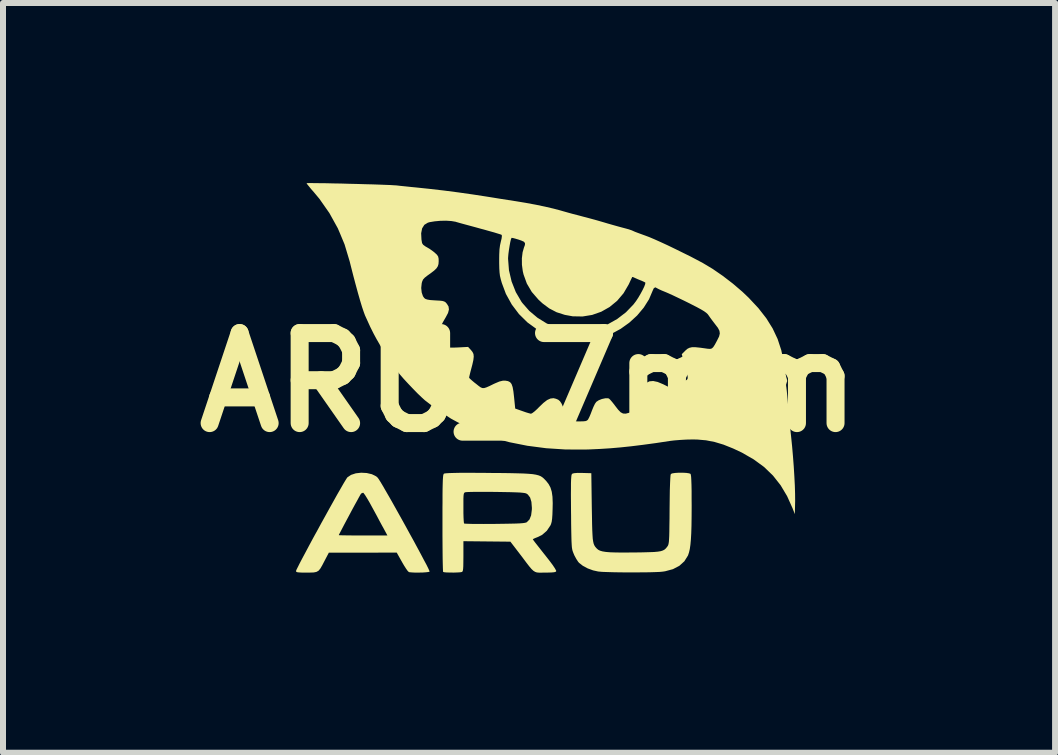
<source format=kicad_pcb>
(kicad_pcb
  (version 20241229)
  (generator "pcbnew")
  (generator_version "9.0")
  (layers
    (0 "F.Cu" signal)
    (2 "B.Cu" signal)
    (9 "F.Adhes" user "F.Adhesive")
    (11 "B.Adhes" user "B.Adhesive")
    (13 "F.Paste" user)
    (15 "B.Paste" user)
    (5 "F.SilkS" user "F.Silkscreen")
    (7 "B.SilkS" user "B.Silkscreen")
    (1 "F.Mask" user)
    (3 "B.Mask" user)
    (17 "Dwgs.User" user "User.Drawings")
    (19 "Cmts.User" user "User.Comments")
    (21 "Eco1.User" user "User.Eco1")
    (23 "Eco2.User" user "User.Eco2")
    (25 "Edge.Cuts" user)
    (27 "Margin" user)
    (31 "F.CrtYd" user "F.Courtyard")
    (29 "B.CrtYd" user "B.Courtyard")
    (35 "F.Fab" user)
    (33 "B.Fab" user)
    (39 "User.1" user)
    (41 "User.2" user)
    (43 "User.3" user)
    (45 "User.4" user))
  (footprint "ARU_7mm"
    (layer "F.Cu")
    (at 5.764 3.321)
    (property "Reference" "ARU_7mm" (at 0 0 0) (layer "F.SilkS") (effects (font (size 1.5 1.5) (thickness 0.3))))
    (attr board_only exclude_from_pos_files exclude_from_bom)
    (fp_poly (pts (xy -2.704 1.51) (xy -2.618 1.53) (xy -2.547 1.565) (xy -2.522 1.587) (xy -2.506 1.609) (xy -2.476 1.656) (xy -2.436 1.723) (xy -2.387 1.808) (xy -2.329 1.908) (xy -2.266 2.019) (xy -2.199 2.139) (xy -2.129 2.264) (xy -2.058 2.392) (xy -1.988 2.52) (xy -1.92 2.643) (xy -1.857 2.76) (xy -1.799 2.868) (xy -1.749 2.963) (xy -1.707 3.041) (xy -1.677 3.102) (xy -1.66 3.14) (xy -1.656 3.153) (xy -1.675 3.159) (xy -1.717 3.164) (xy -1.775 3.168) (xy -1.839 3.169) (xy -1.903 3.169) (xy -1.958 3.166) (xy -1.996 3.162) (xy -2.003 3.159) (xy -2.021 3.142) (xy -2.049 3.103) (xy -2.084 3.048) (xy -2.116 2.993) (xy -2.204 2.836) (xy -2.77 2.837) (xy -3.335 2.837) (xy -3.407 2.974) (xy -3.447 3.051) (xy -3.479 3.105) (xy -3.508 3.139) (xy -3.543 3.158) (xy -3.588 3.167) (xy -3.652 3.169) (xy -3.708 3.169) (xy -3.785 3.169) (xy -3.836 3.166) (xy -3.865 3.162) (xy -3.879 3.154) (xy -3.882 3.143) (xy -3.875 3.123) (xy -3.853 3.079) (xy -3.82 3.013) (xy -3.776 2.929) (xy -3.723 2.83) (xy -3.664 2.719) (xy -3.599 2.598) (xy -3.57 2.545) (xy -3.169 2.545) (xy -3.154 2.547) (xy -3.111 2.548) (xy -3.045 2.549) (xy -2.96 2.55) (xy -2.86 2.551) (xy -2.764 2.551) (xy -2.359 2.551) (xy -2.421 2.436) (xy -2.451 2.382) (xy -2.491 2.308) (xy -2.537 2.221) (xy -2.586 2.131) (xy -2.614 2.08) (xy -2.657 2.001) (xy -2.697 1.933) (xy -2.73 1.88) (xy -2.754 1.847) (xy -2.764 1.838) (xy -2.792 1.849) (xy -2.801 1.858) (xy -2.812 1.876) (xy -2.835 1.917) (xy -2.867 1.976) (xy -2.907 2.048) (xy -2.951 2.129) (xy -2.996 2.214) (xy -3.041 2.298) (xy -3.083 2.377) (xy -3.119 2.446) (xy -3.147 2.5) (xy -3.165 2.534) (xy -3.169 2.545) (xy -3.57 2.545) (xy -3.53 2.473) (xy -3.46 2.344) (xy -3.389 2.216) (xy -3.32 2.091) (xy -3.254 1.973) (xy -3.194 1.865) (xy -3.139 1.77) (xy -3.094 1.691) (xy -3.058 1.631) (xy -3.034 1.593) (xy -3.026 1.582) (xy -2.965 1.541) (xy -2.886 1.515) (xy -2.796 1.505)) (stroke (width 0) (type solid)) (fill yes) (layer "F.SilkS"))
    (fp_poly (pts (xy 2.619 1.508) (xy 2.666 1.515) (xy 2.691 1.524) (xy 2.696 1.539) (xy 2.701 1.574) (xy 2.704 1.629) (xy 2.707 1.708) (xy 2.709 1.813) (xy 2.709 1.946) (xy 2.71 2.052) (xy 2.709 2.234) (xy 2.707 2.387) (xy 2.703 2.515) (xy 2.697 2.62) (xy 2.689 2.706) (xy 2.679 2.776) (xy 2.666 2.832) (xy 2.651 2.878) (xy 2.647 2.887) (xy 2.588 2.981) (xy 2.505 3.056) (xy 2.398 3.112) (xy 2.268 3.147) (xy 2.228 3.153) (xy 2.176 3.158) (xy 2.098 3.161) (xy 2 3.164) (xy 1.887 3.165) (xy 1.765 3.166) (xy 1.64 3.166) (xy 1.517 3.165) (xy 1.402 3.163) (xy 1.301 3.16) (xy 1.219 3.157) (xy 1.163 3.152) (xy 1.157 3.152) (xy 1.067 3.132) (xy 0.977 3.099) (xy 0.897 3.056) (xy 0.835 3.008) (xy 0.818 2.988) (xy 0.788 2.942) (xy 0.756 2.883) (xy 0.742 2.85) (xy 0.733 2.827) (xy 0.725 2.804) (xy 0.719 2.778) (xy 0.714 2.745) (xy 0.711 2.702) (xy 0.708 2.646) (xy 0.706 2.572) (xy 0.704 2.478) (xy 0.702 2.361) (xy 0.701 2.216) (xy 0.7 2.154) (xy 0.699 1.996) (xy 0.698 1.866) (xy 0.699 1.763) (xy 0.699 1.683) (xy 0.701 1.622) (xy 0.704 1.579) (xy 0.707 1.55) (xy 0.712 1.533) (xy 0.718 1.524) (xy 0.718 1.523) (xy 0.749 1.513) (xy 0.81 1.508) (xy 0.89 1.509) (xy 1.038 1.513) (xy 1.046 2.084) (xy 1.049 2.238) (xy 1.051 2.364) (xy 1.054 2.465) (xy 1.058 2.544) (xy 1.062 2.606) (xy 1.069 2.652) (xy 1.077 2.687) (xy 1.088 2.714) (xy 1.101 2.736) (xy 1.118 2.756) (xy 1.129 2.768) (xy 1.152 2.788) (xy 1.183 2.804) (xy 1.225 2.816) (xy 1.281 2.825) (xy 1.355 2.831) (xy 1.451 2.834) (xy 1.57 2.835) (xy 1.718 2.834) (xy 1.751 2.834) (xy 1.888 2.832) (xy 1.998 2.829) (xy 2.083 2.826) (xy 2.148 2.82) (xy 2.196 2.812) (xy 2.232 2.8) (xy 2.259 2.785) (xy 2.281 2.765) (xy 2.301 2.74) (xy 2.304 2.736) (xy 2.313 2.723) (xy 2.32 2.708) (xy 2.325 2.688) (xy 2.33 2.659) (xy 2.333 2.619) (xy 2.336 2.563) (xy 2.338 2.489) (xy 2.339 2.392) (xy 2.341 2.271) (xy 2.342 2.122) (xy 2.342 2.119) (xy 2.344 1.944) (xy 2.346 1.799) (xy 2.35 1.684) (xy 2.354 1.6) (xy 2.358 1.547) (xy 2.364 1.526) (xy 2.388 1.516) (xy 2.434 1.509) (xy 2.494 1.505) (xy 2.559 1.505)) (stroke (width 0) (type solid)) (fill yes) (layer "F.SilkS"))
    (fp_poly (pts (xy -0.898 1.507) (xy -0.724 1.508) (xy -0.67 1.509) (xy -0.486 1.51) (xy -0.33 1.512) (xy -0.2 1.515) (xy -0.094 1.518) (xy -0.007 1.523) (xy 0.062 1.529) (xy 0.116 1.538) (xy 0.159 1.549) (xy 0.194 1.563) (xy 0.222 1.581) (xy 0.247 1.602) (xy 0.272 1.628) (xy 0.285 1.641) (xy 0.327 1.695) (xy 0.358 1.753) (xy 0.379 1.822) (xy 0.391 1.906) (xy 0.395 2.012) (xy 0.393 2.105) (xy 0.39 2.2) (xy 0.385 2.27) (xy 0.378 2.321) (xy 0.367 2.36) (xy 0.357 2.383) (xy 0.297 2.472) (xy 0.218 2.541) (xy 0.143 2.578) (xy 0.099 2.595) (xy 0.07 2.609) (xy 0.063 2.614) (xy 0.073 2.629) (xy 0.099 2.664) (xy 0.14 2.716) (xy 0.191 2.781) (xy 0.25 2.856) (xy 0.263 2.872) (xy 0.336 2.965) (xy 0.393 3.041) (xy 0.431 3.098) (xy 0.451 3.134) (xy 0.454 3.145) (xy 0.444 3.156) (xy 0.419 3.163) (xy 0.376 3.167) (xy 0.309 3.169) (xy 0.268 3.169) (xy 0.211 3.17) (xy 0.167 3.17) (xy 0.132 3.167) (xy 0.102 3.157) (xy 0.073 3.139) (xy 0.041 3.109) (xy 0.003 3.064) (xy -0.045 3.002) (xy -0.107 2.919) (xy -0.146 2.868) (xy -0.31 2.654) (xy -0.702 2.65) (xy -1.093 2.646) (xy -1.093 2.898) (xy -1.094 2.994) (xy -1.095 3.063) (xy -1.098 3.11) (xy -1.103 3.139) (xy -1.111 3.154) (xy -1.118 3.159) (xy -1.146 3.164) (xy -1.194 3.167) (xy -1.254 3.169) (xy -1.316 3.168) (xy -1.372 3.167) (xy -1.414 3.163) (xy -1.431 3.158) (xy -1.433 3.141) (xy -1.435 3.095) (xy -1.437 3.023) (xy -1.439 2.929) (xy -1.44 2.815) (xy -1.441 2.685) (xy -1.442 2.541) (xy -1.442 2.386) (xy -1.442 2.344) (xy -1.442 2.161) (xy -1.442 2.089) (xy -1.093 2.089) (xy -1.093 2.175) (xy -1.091 2.25) (xy -1.088 2.308) (xy -1.084 2.343) (xy -1.082 2.351) (xy -1.064 2.354) (xy -1.018 2.356) (xy -0.948 2.358) (xy -0.858 2.358) (xy -0.753 2.359) (xy -0.634 2.358) (xy -0.571 2.358) (xy -0.427 2.356) (xy -0.311 2.354) (xy -0.221 2.352) (xy -0.152 2.349) (xy -0.102 2.345) (xy -0.068 2.34) (xy -0.046 2.334) (xy -0.036 2.329) (xy 0.008 2.284) (xy 0.035 2.216) (xy 0.047 2.122) (xy 0.048 2.092) (xy 0.04 1.991) (xy 0.018 1.918) (xy -0.02 1.868) (xy -0.044 1.852) (xy -0.065 1.845) (xy -0.1 1.84) (xy -0.151 1.835) (xy -0.223 1.832) (xy -0.319 1.829) (xy -0.44 1.827) (xy -0.554 1.825) (xy -0.674 1.824) (xy -0.785 1.824) (xy -0.883 1.824) (xy -0.963 1.825) (xy -1.022 1.827) (xy -1.054 1.829) (xy -1.057 1.83) (xy -1.071 1.834) (xy -1.08 1.842) (xy -1.087 1.859) (xy -1.091 1.89) (xy -1.093 1.938) (xy -1.093 2.01) (xy -1.093 2.089) (xy -1.442 2.089) (xy -1.441 2.006) (xy -1.441 1.878) (xy -1.44 1.774) (xy -1.438 1.693) (xy -1.436 1.63) (xy -1.433 1.584) (xy -1.43 1.553) (xy -1.425 1.533) (xy -1.42 1.523) (xy -1.419 1.522) (xy -1.405 1.517) (xy -1.375 1.514) (xy -1.325 1.511) (xy -1.255 1.509) (xy -1.162 1.507) (xy -1.044 1.507)) (stroke (width 0) (type solid)) (fill yes) (layer "F.SilkS"))
    (fp_poly (pts (xy -3.574 -3.32) (xy -3.484 -3.319) (xy -3.378 -3.318) (xy -3.259 -3.315) (xy -3.132 -3.313) (xy -2.999 -3.309) (xy -2.865 -3.306) (xy -2.733 -3.302) (xy -2.608 -3.299) (xy -2.493 -3.295) (xy -2.392 -3.291) (xy -2.309 -3.288) (xy -2.247 -3.284) (xy -2.21 -3.282) (xy -2.141 -3.274) (xy -2.052 -3.265) (xy -1.958 -3.255) (xy -1.894 -3.249) (xy -1.665 -3.225) (xy -1.422 -3.197) (xy -1.175 -3.165) (xy -0.936 -3.131) (xy -0.721 -3.098) (xy -0.608 -3.08) (xy -0.479 -3.059) (xy -0.351 -3.039) (xy -0.236 -3.021) (xy -0.222 -3.019) (xy -0.053 -2.991) (xy 0.114 -2.96) (xy 0.272 -2.927) (xy 0.413 -2.894) (xy 0.515 -2.867) (xy 0.567 -2.852) (xy 0.617 -2.838) (xy 0.67 -2.823) (xy 0.732 -2.806) (xy 0.811 -2.786) (xy 0.911 -2.759) (xy 0.951 -2.749) (xy 1.036 -2.726) (xy 1.138 -2.698) (xy 1.241 -2.668) (xy 1.315 -2.646) (xy 1.399 -2.622) (xy 1.481 -2.599) (xy 1.551 -2.58) (xy 1.6 -2.567) (xy 1.659 -2.551) (xy 1.712 -2.533) (xy 1.734 -2.523) (xy 1.768 -2.508) (xy 1.824 -2.487) (xy 1.892 -2.462) (xy 1.939 -2.445) (xy 2.003 -2.421) (xy 2.09 -2.384) (xy 2.195 -2.337) (xy 2.312 -2.283) (xy 2.436 -2.223) (xy 2.562 -2.161) (xy 2.686 -2.1) (xy 2.8 -2.04) (xy 2.896 -1.989) (xy 3.058 -1.892) (xy 3.228 -1.775) (xy 3.396 -1.646) (xy 3.555 -1.51) (xy 3.66 -1.41) (xy 3.821 -1.238) (xy 3.953 -1.069) (xy 4.059 -0.899) (xy 4.142 -0.723) (xy 4.203 -0.537) (xy 4.245 -0.336) (xy 4.254 -0.272) (xy 4.265 -0.198) (xy 4.277 -0.132) (xy 4.287 -0.084) (xy 4.294 -0.063) (xy 4.302 -0.023) (xy 4.294 0.001) (xy 4.283 0.038) (xy 4.284 0.06) (xy 4.288 0.084) (xy 4.294 0.134) (xy 4.301 0.204) (xy 4.309 0.29) (xy 4.317 0.386) (xy 4.318 0.388) (xy 4.328 0.501) (xy 4.339 0.621) (xy 4.35 0.738) (xy 4.36 0.84) (xy 4.366 0.895) (xy 4.383 1.061) (xy 4.398 1.233) (xy 4.411 1.404) (xy 4.421 1.568) (xy 4.429 1.72) (xy 4.433 1.854) (xy 4.434 1.963) (xy 4.434 1.981) (xy 4.429 2.195) (xy 4.392 2.1) (xy 4.3 1.895) (xy 4.192 1.714) (xy 4.065 1.553) (xy 3.917 1.41) (xy 3.745 1.284) (xy 3.547 1.17) (xy 3.4 1.101) (xy 3.24 1.037) (xy 3.093 0.993) (xy 2.95 0.965) (xy 2.801 0.952) (xy 2.72 0.951) (xy 2.622 0.953) (xy 2.518 0.959) (xy 2.42 0.967) (xy 2.353 0.975) (xy 2.115 1.011) (xy 1.901 1.04) (xy 1.707 1.064) (xy 1.527 1.083) (xy 1.354 1.098) (xy 1.182 1.109) (xy 1.006 1.117) (xy 0.935 1.119) (xy 0.609 1.118) (xy 0.286 1.097) (xy -0.028 1.056) (xy -0.325 0.997) (xy -0.503 0.949) (xy -0.579 0.927) (xy -0.651 0.905) (xy -0.709 0.888) (xy -0.737 0.88) (xy -0.772 0.867) (xy -0.83 0.843) (xy -0.903 0.81) (xy -0.986 0.771) (xy -1.046 0.742) (xy -1.3 0.604) (xy -1.546 0.443) (xy -1.734 0.299) (xy -1.789 0.249) (xy -1.858 0.183) (xy -1.935 0.104) (xy -2.014 0.021) (xy -2.089 -0.06) (xy -2.153 -0.134) (xy -2.173 -0.159) (xy -2.205 -0.2) (xy -2.247 -0.259) (xy -2.295 -0.328) (xy -2.345 -0.401) (xy -2.39 -0.469) (xy -2.427 -0.526) (xy -2.449 -0.563) (xy -2.465 -0.591) (xy -2.492 -0.638) (xy -2.524 -0.694) (xy -2.535 -0.712) (xy -2.588 -0.81) (xy -2.645 -0.924) (xy -2.708 -1.062) (xy -2.733 -1.117) (xy -2.754 -1.174) (xy -2.782 -1.257) (xy -2.814 -1.363) (xy -2.85 -1.489) (xy -2.888 -1.628) (xy -2.928 -1.779) (xy -2.968 -1.936) (xy -2.988 -2.016) (xy -3.073 -2.299) (xy -3.15 -2.484) (xy -1.797 -2.484) (xy -1.792 -2.38) (xy -1.782 -2.321) (xy -1.764 -2.293) (xy -1.724 -2.264) (xy -1.708 -2.255) (xy -1.655 -2.224) (xy -1.598 -2.183) (xy -1.573 -2.163) (xy -1.534 -2.127) (xy -1.514 -2.097) (xy -1.506 -2.061) (xy -1.505 -2.018) (xy -1.508 -1.973) (xy -1.519 -1.936) (xy -1.541 -1.901) (xy -1.58 -1.863) (xy -1.64 -1.817) (xy -1.691 -1.781) (xy -1.738 -1.744) (xy -1.766 -1.713) (xy -1.782 -1.675) (xy -1.788 -1.65) (xy -1.796 -1.573) (xy -1.788 -1.498) (xy -1.767 -1.436) (xy -1.746 -1.406) (xy -1.725 -1.39) (xy -1.694 -1.38) (xy -1.648 -1.372) (xy -1.577 -1.367) (xy -1.562 -1.366) (xy -1.49 -1.362) (xy -1.443 -1.357) (xy -1.413 -1.348) (xy -1.391 -1.335) (xy -1.372 -1.313) (xy -1.37 -1.312) (xy -1.341 -1.265) (xy -1.334 -1.215) (xy -1.349 -1.157) (xy -1.386 -1.087) (xy -1.414 -1.039) (xy -1.434 -1.004) (xy -1.442 -0.988) (xy -1.442 -0.988) (xy -1.45 -0.972) (xy -1.47 -0.941) (xy -1.472 -0.938) (xy -1.504 -0.867) (xy -1.51 -0.785) (xy -1.489 -0.701) (xy -1.475 -0.672) (xy -1.437 -0.616) (xy -1.4 -0.586) (xy -1.394 -0.584) (xy -1.362 -0.581) (xy -1.307 -0.579) (xy -1.238 -0.58) (xy -1.185 -0.582) (xy -1.015 -0.591) (xy -0.967 -0.539) (xy -0.941 -0.506) (xy -0.925 -0.472) (xy -0.921 -0.429) (xy -0.927 -0.373) (xy -0.944 -0.297) (xy -0.959 -0.24) (xy -0.976 -0.176) (xy -0.989 -0.122) (xy -0.997 -0.088) (xy -0.998 -0.079) (xy -0.987 -0.064) (xy -0.955 -0.035) (xy -0.91 0.003) (xy -0.885 0.022) (xy -0.84 0.058) (xy -0.807 0.082) (xy -0.779 0.094) (xy -0.749 0.095) (xy -0.712 0.084) (xy -0.659 0.061) (xy -0.586 0.025) (xy -0.568 0.017) (xy -0.495 -0.014) (xy -0.438 -0.028) (xy -0.395 -0.029) (xy -0.35 -0.021) (xy -0.316 -0.004) (xy -0.291 0.027) (xy -0.273 0.078) (xy -0.26 0.151) (xy -0.249 0.247) (xy -0.23 0.436) (xy -0.111 0.478) (xy -0.051 0.499) (xy -0.001 0.514) (xy 0.031 0.522) (xy 0.034 0.522) (xy 0.056 0.511) (xy 0.093 0.483) (xy 0.139 0.441) (xy 0.165 0.414) (xy 0.24 0.342) (xy 0.302 0.294) (xy 0.357 0.269) (xy 0.408 0.263) (xy 0.449 0.273) (xy 0.487 0.289) (xy 0.516 0.314) (xy 0.542 0.353) (xy 0.568 0.413) (xy 0.589 0.467) (xy 0.614 0.526) (xy 0.645 0.579) (xy 0.667 0.606) (xy 0.691 0.628) (xy 0.717 0.641) (xy 0.752 0.647) (xy 0.805 0.65) (xy 0.837 0.65) (xy 0.901 0.649) (xy 0.941 0.645) (xy 0.965 0.636) (xy 0.982 0.621) (xy 0.987 0.612) (xy 1.005 0.578) (xy 1.027 0.526) (xy 1.049 0.468) (xy 1.073 0.409) (xy 1.099 0.356) (xy 1.122 0.324) (xy 1.161 0.298) (xy 1.214 0.277) (xy 1.27 0.265) (xy 1.316 0.265) (xy 1.331 0.269) (xy 1.352 0.288) (xy 1.384 0.325) (xy 1.423 0.374) (xy 1.433 0.388) (xy 1.485 0.455) (xy 1.527 0.498) (xy 1.567 0.519) (xy 1.612 0.521) (xy 1.669 0.506) (xy 1.726 0.485) (xy 1.786 0.459) (xy 1.836 0.435) (xy 1.866 0.416) (xy 1.871 0.41) (xy 1.878 0.385) (xy 1.883 0.337) (xy 1.886 0.275) (xy 1.887 0.254) (xy 1.889 0.168) (xy 1.896 0.108) (xy 1.907 0.065) (xy 1.926 0.035) (xy 1.954 0.01) (xy 1.954 0.009) (xy 2.008 -0.018) (xy 2.069 -0.023) (xy 2.144 -0.007) (xy 2.235 0.031) (xy 2.261 0.044) (xy 2.321 0.074) (xy 2.373 0.097) (xy 2.409 0.109) (xy 2.418 0.111) (xy 2.444 0.101) (xy 2.482 0.075) (xy 2.51 0.051) (xy 2.554 0.013) (xy 2.596 -0.021) (xy 2.614 -0.033) (xy 2.63 -0.044) (xy 2.64 -0.057) (xy 2.644 -0.075) (xy 2.642 -0.105) (xy 2.632 -0.149) (xy 2.616 -0.213) (xy 2.592 -0.302) (xy 2.581 -0.342) (xy 2.545 -0.47) (xy 2.603 -0.528) (xy 2.637 -0.558) (xy 2.672 -0.576) (xy 2.715 -0.586) (xy 2.773 -0.586) (xy 2.851 -0.578) (xy 2.924 -0.568) (xy 2.98 -0.56) (xy 3.019 -0.558) (xy 3.047 -0.566) (xy 3.07 -0.588) (xy 3.096 -0.628) (xy 3.13 -0.691) (xy 3.136 -0.703) (xy 3.167 -0.765) (xy 3.179 -0.814) (xy 3.173 -0.859) (xy 3.147 -0.909) (xy 3.101 -0.969) (xy 3.059 -1.024) (xy 3.019 -1.078) (xy 2.994 -1.114) (xy 2.977 -1.137) (xy 2.952 -1.16) (xy 2.916 -1.186) (xy 2.866 -1.216) (xy 2.796 -1.254) (xy 2.702 -1.302) (xy 2.677 -1.315) (xy 2.58 -1.363) (xy 2.484 -1.409) (xy 2.396 -1.451) (xy 2.321 -1.485) (xy 2.272 -1.506) (xy 2.213 -1.53) (xy 2.165 -1.552) (xy 2.136 -1.567) (xy 2.132 -1.57) (xy 2.103 -1.584) (xy 2.078 -1.567) (xy 2.059 -1.525) (xy 1.999 -1.384) (xy 1.911 -1.245) (xy 1.801 -1.114) (xy 1.671 -0.995) (xy 1.527 -0.892) (xy 1.376 -0.81) (xy 1.212 -0.751) (xy 1.034 -0.713) (xy 0.85 -0.695) (xy 0.67 -0.7) (xy 0.502 -0.728) (xy 0.498 -0.729) (xy 0.309 -0.792) (xy 0.134 -0.883) (xy -0.026 -0.999) (xy -0.167 -1.138) (xy -0.287 -1.297) (xy -0.385 -1.474) (xy -0.453 -1.656) (xy -0.471 -1.719) (xy -0.484 -1.775) (xy -0.491 -1.832) (xy -0.495 -1.9) (xy -0.497 -1.987) (xy -0.497 -2.02) (xy -0.497 -2.06) (xy -0.349 -2.06) (xy -0.334 -1.868) (xy -0.29 -1.681) (xy -0.22 -1.504) (xy -0.125 -1.342) (xy -0.11 -1.322) (xy 0.004 -1.192) (xy 0.141 -1.077) (xy 0.293 -0.983) (xy 0.455 -0.912) (xy 0.608 -0.872) (xy 0.692 -0.863) (xy 0.796 -0.862) (xy 0.908 -0.867) (xy 1.018 -0.879) (xy 1.114 -0.897) (xy 1.141 -0.904) (xy 1.309 -0.966) (xy 1.469 -1.056) (xy 1.615 -1.168) (xy 1.74 -1.298) (xy 1.782 -1.353) (xy 1.821 -1.412) (xy 1.859 -1.477) (xy 1.893 -1.54) (xy 1.92 -1.596) (xy 1.936 -1.639) (xy 1.938 -1.663) (xy 1.937 -1.664) (xy 1.916 -1.675) (xy 1.877 -1.693) (xy 1.854 -1.702) (xy 1.805 -1.722) (xy 1.764 -1.74) (xy 1.753 -1.746) (xy 1.728 -1.756) (xy 1.72 -1.756) (xy 1.712 -1.74) (xy 1.694 -1.703) (xy 1.67 -1.651) (xy 1.661 -1.632) (xy 1.575 -1.485) (xy 1.468 -1.359) (xy 1.343 -1.256) (xy 1.203 -1.177) (xy 1.052 -1.124) (xy 0.892 -1.098) (xy 0.728 -1.101) (xy 0.596 -1.125) (xy 0.459 -1.169) (xy 0.338 -1.232) (xy 0.224 -1.317) (xy 0.157 -1.379) (xy 0.046 -1.507) (xy -0.036 -1.646) (xy -0.091 -1.798) (xy -0.104 -1.854) (xy -0.118 -1.959) (xy -0.119 -2.067) (xy -0.107 -2.167) (xy -0.085 -2.244) (xy -0.068 -2.29) (xy -0.067 -2.321) (xy -0.086 -2.344) (xy -0.128 -2.363) (xy -0.174 -2.379) (xy -0.228 -2.395) (xy -0.27 -2.406) (xy -0.291 -2.408) (xy -0.291 -2.408) (xy -0.301 -2.385) (xy -0.312 -2.339) (xy -0.323 -2.278) (xy -0.334 -2.21) (xy -0.343 -2.143) (xy -0.348 -2.085) (xy -0.349 -2.06) (xy -0.497 -2.06) (xy -0.496 -2.13) (xy -0.492 -2.216) (xy -0.483 -2.284) (xy -0.47 -2.343) (xy -0.47 -2.343) (xy -0.457 -2.397) (xy -0.452 -2.438) (xy -0.455 -2.457) (xy -0.473 -2.465) (xy -0.518 -2.479) (xy -0.583 -2.499) (xy -0.666 -2.522) (xy -0.761 -2.549) (xy -0.8 -2.559) (xy -0.904 -2.588) (xy -1.004 -2.615) (xy -1.093 -2.639) (xy -1.165 -2.659) (xy -1.214 -2.673) (xy -1.222 -2.676) (xy -1.292 -2.688) (xy -1.381 -2.694) (xy -1.479 -2.692) (xy -1.575 -2.683) (xy -1.658 -2.669) (xy -1.687 -2.66) (xy -1.744 -2.625) (xy -1.781 -2.566) (xy -1.797 -2.484) (xy -3.15 -2.484) (xy -3.186 -2.568) (xy -3.326 -2.821) (xy -3.492 -3.058) (xy -3.582 -3.166) (xy -3.631 -3.222) (xy -3.67 -3.27) (xy -3.697 -3.303) (xy -3.706 -3.318) (xy -3.706 -3.319) (xy -3.688 -3.32) (xy -3.643 -3.321)) (stroke (width 0) (type solid)) (fill yes) (layer "F.SilkS")))
  (gr_rect
    (start -3 -3)
    (end 14.529 9.491)
    (stroke (width 0.1) (type default))
    (fill no)
    (layer "Edge.Cuts")))
</source>
